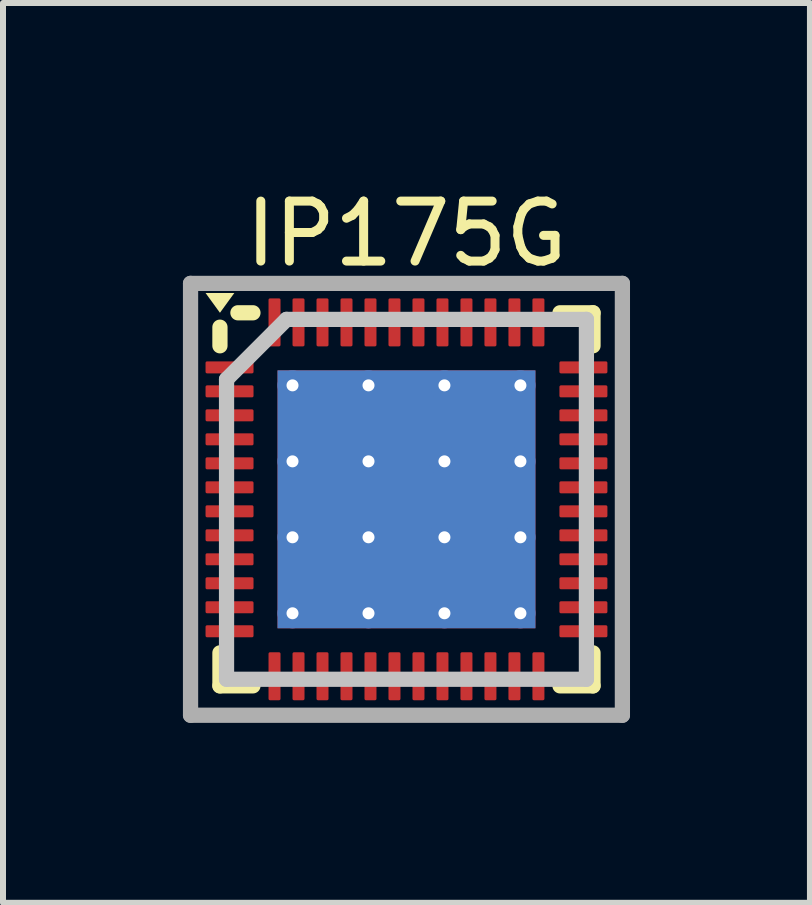
<source format=kicad_pcb>
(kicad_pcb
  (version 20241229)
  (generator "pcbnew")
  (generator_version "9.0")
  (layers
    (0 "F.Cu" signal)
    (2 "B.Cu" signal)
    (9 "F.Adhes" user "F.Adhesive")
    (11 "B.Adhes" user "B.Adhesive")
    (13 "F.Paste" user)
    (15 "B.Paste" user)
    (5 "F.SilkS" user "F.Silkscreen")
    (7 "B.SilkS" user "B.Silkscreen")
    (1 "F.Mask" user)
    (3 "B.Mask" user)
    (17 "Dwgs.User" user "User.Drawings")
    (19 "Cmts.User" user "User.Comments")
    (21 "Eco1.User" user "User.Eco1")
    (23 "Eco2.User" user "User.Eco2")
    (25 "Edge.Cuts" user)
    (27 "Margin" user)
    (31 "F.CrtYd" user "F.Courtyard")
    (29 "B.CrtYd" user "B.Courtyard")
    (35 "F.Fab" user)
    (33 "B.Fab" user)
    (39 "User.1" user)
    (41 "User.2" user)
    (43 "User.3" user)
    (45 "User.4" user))
  (footprint "IP175G"
    (layer "F.Cu")
    (at 3.727 5.275)
    (property "Reference" "IP175G" (at 0 -4.427 0) (layer "F.SilkS") (effects (font (size 1 1) (thickness 0.15))))
    (fp_line (start -3.11 -2.56) (end -3.11 -2.87) (stroke (width 0.254) (type solid)) (layer "F.SilkS"))
    (fp_line (start -3.11 3.11) (end -3.11 2.56) (stroke (width 0.254) (type solid)) (layer "F.SilkS"))
    (fp_line (start -3.11 3.11) (end -2.56 3.11) (stroke (width 0.254) (type solid)) (layer "F.SilkS"))
    (fp_line (start -2.81 -3.11) (end -2.56 -3.11) (stroke (width 0.254) (type solid)) (layer "F.SilkS"))
    (fp_line (start 2.56 -3.11) (end 3.11 -3.11) (stroke (width 0.254) (type solid)) (layer "F.SilkS"))
    (fp_line (start 2.56 3.11) (end 3.11 3.11) (stroke (width 0.254) (type solid)) (layer "F.SilkS"))
    (fp_line (start 3.11 -2.56) (end 3.11 -3.11) (stroke (width 0.254) (type solid)) (layer "F.SilkS"))
    (fp_line (start 3.11 3.11) (end 3.11 2.56) (stroke (width 0.254) (type solid)) (layer "F.SilkS"))
    (fp_poly (pts (xy -3.11 -3.11) (xy -3.35 -3.44) (xy -2.87 -3.44)) (stroke (width 0) (type default)) (fill yes) (layer "F.SilkS"))
    (fp_circle (center -1.267 -1.267) (end -1.267 -1.525) (stroke (width 0.517) (type solid)) (fill yes) (layer "F.Paste"))
    (fp_circle (center -1.267 0) (end -1.267 -0.259) (stroke (width 0.517) (type solid)) (fill yes) (layer "F.Paste"))
    (fp_circle (center -1.267 1.267) (end -1.267 1.008) (stroke (width 0.517) (type solid)) (fill yes) (layer "F.Paste"))
    (fp_circle (center 0 -1.267) (end 0 -1.525) (stroke (width 0.517) (type solid)) (fill yes) (layer "F.Paste"))
    (fp_circle (center 0 0) (end 0 -0.259) (stroke (width 0.517) (type solid)) (fill yes) (layer "F.Paste"))
    (fp_circle (center 0 1.267) (end 0 1.008) (stroke (width 0.517) (type solid)) (fill yes) (layer "F.Paste"))
    (fp_circle (center 1.267 -1.267) (end 1.267 -1.525) (stroke (width 0.517) (type solid)) (fill yes) (layer "F.Paste"))
    (fp_circle (center 1.267 0) (end 1.267 -0.259) (stroke (width 0.517) (type solid)) (fill yes) (layer "F.Paste"))
    (fp_circle (center 1.267 1.267) (end 1.267 1.008) (stroke (width 0.517) (type solid)) (fill yes) (layer "F.Paste"))
    (fp_poly (pts (xy -0.81 -1.622) (xy -0.81 -0.911) (xy -0.911 -0.81) (xy -1.622 -0.81) (xy -1.723 -0.911) (xy -1.723 -1.622) (xy -1.622 -1.723) (xy -0.911 -1.723)) (stroke (width 0) (type default)) (fill yes) (layer "F.Paste"))
    (fp_poly (pts (xy -0.81 -0.356) (xy -0.81 0.356) (xy -0.911 0.456) (xy -1.622 0.456) (xy -1.723 0.356) (xy -1.723 -0.356) (xy -1.622 -0.456) (xy -0.911 -0.456)) (stroke (width 0) (type default)) (fill yes) (layer "F.Paste"))
    (fp_poly (pts (xy -0.81 0.911) (xy -0.81 1.622) (xy -0.911 1.723) (xy -1.622 1.723) (xy -1.723 1.622) (xy -1.723 0.911) (xy -1.622 0.81) (xy -0.911 0.81)) (stroke (width 0) (type default)) (fill yes) (layer "F.Paste"))
    (fp_poly (pts (xy 0.456 -1.622) (xy 0.456 -0.911) (xy 0.356 -0.81) (xy -0.356 -0.81) (xy -0.456 -0.911) (xy -0.456 -1.622) (xy -0.356 -1.723) (xy 0.356 -1.723)) (stroke (width 0) (type default)) (fill yes) (layer "F.Paste"))
    (fp_poly (pts (xy 0.456 -0.356) (xy 0.456 0.356) (xy 0.356 0.456) (xy -0.356 0.456) (xy -0.456 0.356) (xy -0.456 -0.356) (xy -0.356 -0.456) (xy 0.356 -0.456)) (stroke (width 0) (type default)) (fill yes) (layer "F.Paste"))
    (fp_poly (pts (xy 0.456 0.911) (xy 0.456 1.622) (xy 0.356 1.723) (xy -0.356 1.723) (xy -0.456 1.622) (xy -0.456 0.911) (xy -0.356 0.81) (xy 0.356 0.81)) (stroke (width 0) (type default)) (fill yes) (layer "F.Paste"))
    (fp_poly (pts (xy 1.723 -1.622) (xy 1.723 -0.911) (xy 1.622 -0.81) (xy 0.911 -0.81) (xy 0.81 -0.911) (xy 0.81 -1.622) (xy 0.911 -1.723) (xy 1.622 -1.723)) (stroke (width 0) (type default)) (fill yes) (layer "F.Paste"))
    (fp_poly (pts (xy 1.723 -0.356) (xy 1.723 0.356) (xy 1.622 0.456) (xy 0.911 0.456) (xy 0.81 0.356) (xy 0.81 -0.356) (xy 0.911 -0.456) (xy 1.622 -0.456)) (stroke (width 0) (type default)) (fill yes) (layer "F.Paste"))
    (fp_poly (pts (xy 1.723 0.911) (xy 1.723 1.622) (xy 1.622 1.723) (xy 0.911 1.723) (xy 0.81 1.622) (xy 0.81 0.911) (xy 0.911 0.81) (xy 1.622 0.81)) (stroke (width 0) (type default)) (fill yes) (layer "F.Paste"))
    (fp_line (start -3 -2) (end -2 -3) (stroke (width 0.254) (type solid)) (layer "Dwgs.User"))
    (fp_line (start -3 3) (end -3 -2) (stroke (width 0.254) (type solid)) (layer "Dwgs.User"))
    (fp_line (start -3 3) (end 3 3) (stroke (width 0.254) (type solid)) (layer "Dwgs.User"))
    (fp_line (start -2 -3) (end 3 -3) (stroke (width 0.254) (type solid)) (layer "Dwgs.User"))
    (fp_line (start 3 3) (end 3 -3) (stroke (width 0.254) (type solid)) (layer "Dwgs.User"))
    (fp_line (start -3.6 -3.6) (end 3.6 -3.6) (stroke (width 0.254) (type solid)) (layer "F.Fab"))
    (fp_line (start -3.6 3.6) (end -3.6 -3.6) (stroke (width 0.254) (type solid)) (layer "F.Fab"))
    (fp_line (start -3.6 3.6) (end 3.6 3.6) (stroke (width 0.254) (type solid)) (layer "F.Fab"))
    (fp_line (start 3.6 3.6) (end 3.6 -3.6) (stroke (width 0.254) (type solid)) (layer "F.Fab"))
    (fp_text_box "" (start 1.714 -0.65) (end 1.714 -0.65) (margins 0.912 0.912 0.912 0.912) (angle 180) (layer "F.Cu") (effects (font (size 1.15 1) (thickness 0.15)) (justify left bottom)) (border yes) (stroke (width 0.1) (type default)))
    (pad "1" smd roundrect (at -2.95 -2.2) (size 0.8 0.2) (layers "F.Cu" "F.Mask" "F.Paste") (roundrect_rratio 0.125))
    (pad "2" smd roundrect (at -2.95 -1.8) (size 0.8 0.2) (layers "F.Cu" "F.Mask" "F.Paste") (roundrect_rratio 0.125))
    (pad "3" smd roundrect (at -2.95 -1.4) (size 0.8 0.2) (layers "F.Cu" "F.Mask" "F.Paste") (roundrect_rratio 0.125))
    (pad "4" smd roundrect (at -2.95 -1) (size 0.8 0.2) (layers "F.Cu" "F.Mask" "F.Paste") (roundrect_rratio 0.125))
    (pad "5" smd roundrect (at -2.95 -0.6) (size 0.8 0.2) (layers "F.Cu" "F.Mask" "F.Paste") (roundrect_rratio 0.125))
    (pad "6" smd roundrect (at -2.95 -0.2) (size 0.8 0.2) (layers "F.Cu" "F.Mask" "F.Paste") (roundrect_rratio 0.125))
    (pad "7" smd roundrect (at -2.95 0.2) (size 0.8 0.2) (layers "F.Cu" "F.Mask" "F.Paste") (roundrect_rratio 0.125))
    (pad "8" smd roundrect (at -2.95 0.6) (size 0.8 0.2) (layers "F.Cu" "F.Mask" "F.Paste") (roundrect_rratio 0.125))
    (pad "9" smd roundrect (at -2.95 1) (size 0.8 0.2) (layers "F.Cu" "F.Mask" "F.Paste") (roundrect_rratio 0.125))
    (pad "10" smd roundrect (at -2.95 1.4) (size 0.8 0.2) (layers "F.Cu" "F.Mask" "F.Paste") (roundrect_rratio 0.125))
    (pad "11" smd roundrect (at -2.95 1.8) (size 0.8 0.2) (layers "F.Cu" "F.Mask" "F.Paste") (roundrect_rratio 0.125))
    (pad "12" smd roundrect (at -2.95 2.2) (size 0.8 0.2) (layers "F.Cu" "F.Mask" "F.Paste") (roundrect_rratio 0.125))
    (pad "13" smd roundrect (at -2.2 2.95) (size 0.2 0.8) (layers "F.Cu" "F.Mask" "F.Paste") (roundrect_rratio 0.125))
    (pad "14" smd roundrect (at -1.8 2.95) (size 0.2 0.8) (layers "F.Cu" "F.Mask" "F.Paste") (roundrect_rratio 0.125))
    (pad "15" smd roundrect (at -1.4 2.95) (size 0.2 0.8) (layers "F.Cu" "F.Mask" "F.Paste") (roundrect_rratio 0.125))
    (pad "16" smd roundrect (at -1 2.95) (size 0.2 0.8) (layers "F.Cu" "F.Mask" "F.Paste") (roundrect_rratio 0.125))
    (pad "17" smd roundrect (at -0.6 2.95) (size 0.2 0.8) (layers "F.Cu" "F.Mask" "F.Paste") (roundrect_rratio 0.125))
    (pad "18" smd roundrect (at -0.2 2.95) (size 0.2 0.8) (layers "F.Cu" "F.Mask" "F.Paste") (roundrect_rratio 0.125))
    (pad "19" smd roundrect (at 0.2 2.95) (size 0.2 0.8) (layers "F.Cu" "F.Mask" "F.Paste") (roundrect_rratio 0.125))
    (pad "20" smd roundrect (at 0.6 2.95) (size 0.2 0.8) (layers "F.Cu" "F.Mask" "F.Paste") (roundrect_rratio 0.125))
    (pad "21" smd roundrect (at 1 2.95) (size 0.2 0.8) (layers "F.Cu" "F.Mask" "F.Paste") (roundrect_rratio 0.125))
    (pad "22" smd roundrect (at 1.4 2.95) (size 0.2 0.8) (layers "F.Cu" "F.Mask" "F.Paste") (roundrect_rratio 0.125))
    (pad "23" smd roundrect (at 1.8 2.95) (size 0.2 0.8) (layers "F.Cu" "F.Mask" "F.Paste") (roundrect_rratio 0.125))
    (pad "24" smd roundrect (at 2.2 2.95) (size 0.2 0.8) (layers "F.Cu" "F.Mask" "F.Paste") (roundrect_rratio 0.125))
    (pad "25" smd roundrect (at 2.95 2.2) (size 0.8 0.2) (layers "F.Cu" "F.Mask" "F.Paste") (roundrect_rratio 0.125))
    (pad "26" smd roundrect (at 2.95 1.8) (size 0.8 0.2) (layers "F.Cu" "F.Mask" "F.Paste") (roundrect_rratio 0.125))
    (pad "27" smd roundrect (at 2.95 1.4) (size 0.8 0.2) (layers "F.Cu" "F.Mask" "F.Paste") (roundrect_rratio 0.125))
    (pad "28" smd roundrect (at 2.95 1) (size 0.8 0.2) (layers "F.Cu" "F.Mask" "F.Paste") (roundrect_rratio 0.125))
    (pad "29" smd roundrect (at 2.95 0.6) (size 0.8 0.2) (layers "F.Cu" "F.Mask" "F.Paste") (roundrect_rratio 0.125))
    (pad "30" smd roundrect (at 2.95 0.2) (size 0.8 0.2) (layers "F.Cu" "F.Mask" "F.Paste") (roundrect_rratio 0.125))
    (pad "31" smd roundrect (at 2.95 -0.2) (size 0.8 0.2) (layers "F.Cu" "F.Mask" "F.Paste") (roundrect_rratio 0.125))
    (pad "32" smd roundrect (at 2.95 -0.6) (size 0.8 0.2) (layers "F.Cu" "F.Mask" "F.Paste") (roundrect_rratio 0.125))
    (pad "33" smd roundrect (at 2.95 -1) (size 0.8 0.2) (layers "F.Cu" "F.Mask" "F.Paste") (roundrect_rratio 0.125))
    (pad "34" smd roundrect (at 2.95 -1.4) (size 0.8 0.2) (layers "F.Cu" "F.Mask" "F.Paste") (roundrect_rratio 0.125))
    (pad "35" smd roundrect (at 2.95 -1.8) (size 0.8 0.2) (layers "F.Cu" "F.Mask" "F.Paste") (roundrect_rratio 0.125))
    (pad "36" smd roundrect (at 2.95 -2.2) (size 0.8 0.2) (layers "F.Cu" "F.Mask" "F.Paste") (roundrect_rratio 0.125))
    (pad "37" smd roundrect (at 2.2 -2.95) (size 0.2 0.8) (layers "F.Cu" "F.Mask" "F.Paste") (roundrect_rratio 0.125))
    (pad "38" smd roundrect (at 1.8 -2.95) (size 0.2 0.8) (layers "F.Cu" "F.Mask" "F.Paste") (roundrect_rratio 0.125))
    (pad "39" smd roundrect (at 1.4 -2.95) (size 0.2 0.8) (layers "F.Cu" "F.Mask" "F.Paste") (roundrect_rratio 0.125))
    (pad "40" smd roundrect (at 1 -2.95) (size 0.2 0.8) (layers "F.Cu" "F.Mask" "F.Paste") (roundrect_rratio 0.125))
    (pad "41" smd roundrect (at 0.6 -2.95) (size 0.2 0.8) (layers "F.Cu" "F.Mask" "F.Paste") (roundrect_rratio 0.125))
    (pad "42" smd roundrect (at 0.2 -2.95) (size 0.2 0.8) (layers "F.Cu" "F.Mask" "F.Paste") (roundrect_rratio 0.125))
    (pad "43" smd roundrect (at -0.2 -2.95) (size 0.2 0.8) (layers "F.Cu" "F.Mask" "F.Paste") (roundrect_rratio 0.125))
    (pad "44" smd roundrect (at -0.6 -2.95) (size 0.2 0.8) (layers "F.Cu" "F.Mask" "F.Paste") (roundrect_rratio 0.125))
    (pad "45" smd roundrect (at -1 -2.95) (size 0.2 0.8) (layers "F.Cu" "F.Mask" "F.Paste") (roundrect_rratio 0.125))
    (pad "46" smd roundrect (at -1.4 -2.95) (size 0.2 0.8) (layers "F.Cu" "F.Mask" "F.Paste") (roundrect_rratio 0.125))
    (pad "47" smd roundrect (at -1.8 -2.95) (size 0.2 0.8) (layers "F.Cu" "F.Mask" "F.Paste") (roundrect_rratio 0.125))
    (pad "48" smd roundrect (at -2.2 -2.95) (size 0.2 0.8) (layers "F.Cu" "F.Mask" "F.Paste") (roundrect_rratio 0.125))
    (pad "49" thru_hole circle (at -1.9 -1.9) (size 0.5 0.5) (drill 0.2) (layers "*.Cu" "*.Mask"))
    (pad "49" thru_hole circle (at -1.9 -0.633) (size 0.5 0.5) (drill 0.2) (layers "*.Cu" "*.Mask"))
    (pad "49" thru_hole circle (at -1.9 0.633) (size 0.5 0.5) (drill 0.2) (layers "*.Cu" "*.Mask"))
    (pad "49" thru_hole circle (at -1.9 1.9) (size 0.5 0.5) (drill 0.2) (layers "*.Cu" "*.Mask"))
    (pad "49" thru_hole circle (at -0.633 -1.9) (size 0.5 0.5) (drill 0.2) (layers "*.Cu" "*.Mask"))
    (pad "49" thru_hole circle (at -0.633 -0.633) (size 0.5 0.5) (drill 0.2) (layers "*.Cu" "*.Mask"))
    (pad "49" thru_hole circle (at -0.633 0.633) (size 0.5 0.5) (drill 0.2) (layers "*.Cu" "*.Mask"))
    (pad "49" thru_hole circle (at -0.633 1.9) (size 0.5 0.5) (drill 0.2) (layers "*.Cu" "*.Mask"))
    (pad "49" smd rect (at 0 0) (size 4.3 4.3) (layers "F.Cu" "F.Mask" "F.Paste"))
    (pad "49" smd rect (at 0 0) (size 4.3 4.3) (layers "B.Cu" "B.Mask" "B.Paste"))
    (pad "49" thru_hole circle (at 0.633 -1.9) (size 0.5 0.5) (drill 0.2) (layers "*.Cu" "*.Mask"))
    (pad "49" thru_hole circle (at 0.633 -0.633) (size 0.5 0.5) (drill 0.2) (layers "*.Cu" "*.Mask"))
    (pad "49" thru_hole circle (at 0.633 0.633) (size 0.5 0.5) (drill 0.2) (layers "*.Cu" "*.Mask"))
    (pad "49" thru_hole circle (at 0.633 1.9) (size 0.5 0.5) (drill 0.2) (layers "*.Cu" "*.Mask"))
    (pad "49" thru_hole circle (at 1.9 -1.9) (size 0.5 0.5) (drill 0.2) (layers "*.Cu" "*.Mask"))
    (pad "49" thru_hole circle (at 1.9 -0.633) (size 0.5 0.5) (drill 0.2) (layers "*.Cu" "*.Mask"))
    (pad "49" thru_hole circle (at 1.9 0.633) (size 0.5 0.5) (drill 0.2) (layers "*.Cu" "*.Mask"))
    (pad "49" thru_hole circle (at 1.9 1.9) (size 0.5 0.5) (drill 0.2) (layers "*.Cu" "*.Mask")))
  (gr_rect
    (start -3 -3)
    (end 10.454 12.002)
    (stroke (width 0.1) (type default))
    (fill no)
    (layer "Edge.Cuts")))
</source>
